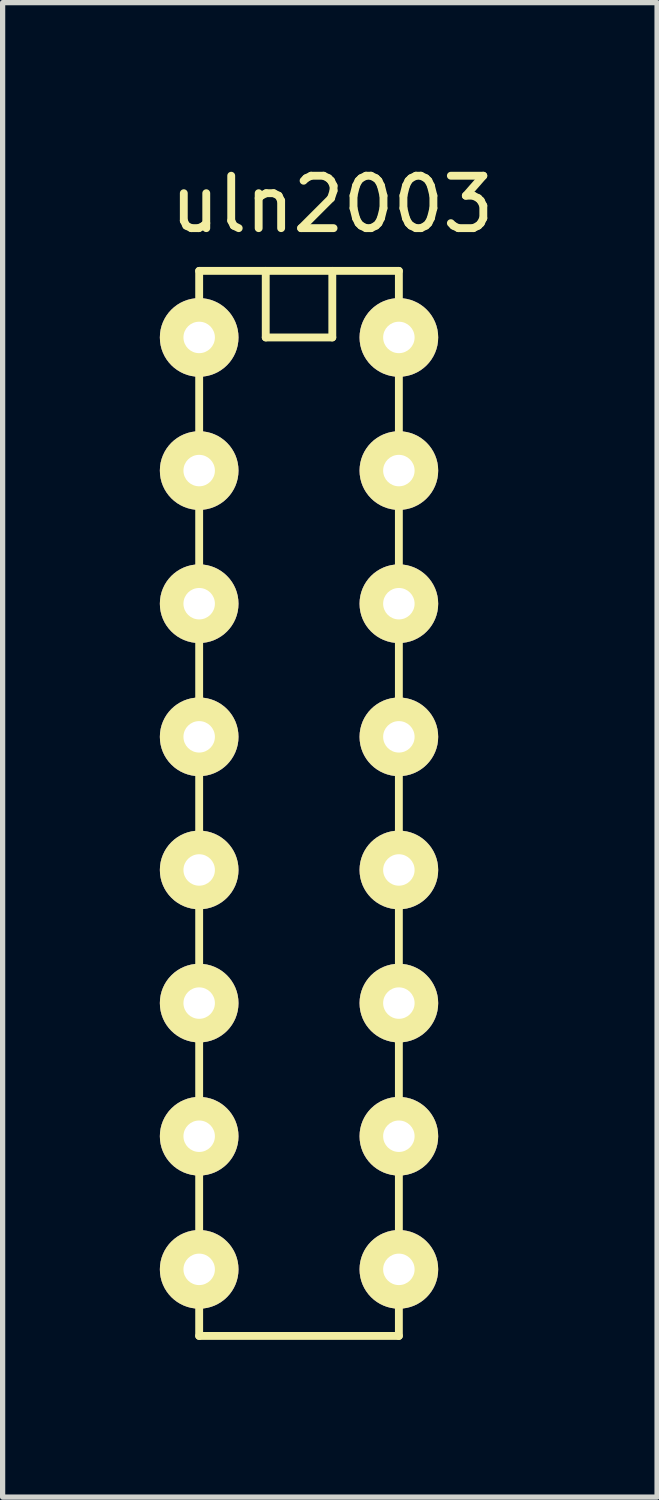
<source format=kicad_pcb>
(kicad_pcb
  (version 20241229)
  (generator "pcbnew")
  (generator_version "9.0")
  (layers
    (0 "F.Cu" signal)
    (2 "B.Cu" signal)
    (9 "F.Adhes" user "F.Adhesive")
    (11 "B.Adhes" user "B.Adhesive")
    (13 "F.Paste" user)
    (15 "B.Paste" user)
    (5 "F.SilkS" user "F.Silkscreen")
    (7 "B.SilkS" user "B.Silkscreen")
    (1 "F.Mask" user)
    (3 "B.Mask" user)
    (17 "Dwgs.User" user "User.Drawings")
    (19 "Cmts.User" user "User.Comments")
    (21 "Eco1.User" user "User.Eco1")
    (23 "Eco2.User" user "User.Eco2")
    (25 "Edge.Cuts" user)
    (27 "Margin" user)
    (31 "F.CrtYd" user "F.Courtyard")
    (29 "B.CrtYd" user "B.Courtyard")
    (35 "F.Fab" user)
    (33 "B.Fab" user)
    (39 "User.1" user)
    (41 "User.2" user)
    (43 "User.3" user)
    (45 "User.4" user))
  (footprint "uln2003"
    (layer "F.Cu")
    (at 2.02 13.548)
    (property "Reference" "uln2003" (at 1.27 -12.7 0) (layer "F.SilkS") (effects (font (size 1 1) (thickness 0.15))))
    (attr through_hole)
    (fp_line (start -1.27 -11.43) (end -1.27 8.89) (stroke (width 0.15) (type solid)) (layer "F.SilkS"))
    (fp_line (start -1.27 8.89) (end 2.54 8.89) (stroke (width 0.15) (type solid)) (layer "F.SilkS"))
    (fp_line (start 0 -11.43) (end 0 -10.16) (stroke (width 0.15) (type solid)) (layer "F.SilkS"))
    (fp_line (start 0 -10.16) (end 1.27 -10.16) (stroke (width 0.15) (type solid)) (layer "F.SilkS"))
    (fp_line (start 1.27 -10.16) (end 1.27 -11.43) (stroke (width 0.15) (type solid)) (layer "F.SilkS"))
    (fp_line (start 2.54 -11.43) (end -1.27 -11.43) (stroke (width 0.15) (type solid)) (layer "F.SilkS"))
    (fp_line (start 2.54 8.89) (end 2.54 -11.43) (stroke (width 0.15) (type solid)) (layer "F.SilkS"))
    (pad "1" thru_hole circle (at -1.27 -10.16) (size 1.5 1.5) (drill 0.6) (layers "*.Cu" "*.Mask" "F.SilkS"))
    (pad "2" thru_hole circle (at -1.27 -7.62) (size 1.5 1.5) (drill 0.6) (layers "*.Cu" "*.Mask" "F.SilkS"))
    (pad "3" thru_hole circle (at -1.27 -5.08) (size 1.5 1.5) (drill 0.6) (layers "*.Cu" "*.Mask" "F.SilkS"))
    (pad "4" thru_hole circle (at -1.27 -2.54) (size 1.5 1.5) (drill 0.6) (layers "*.Cu" "*.Mask" "F.SilkS"))
    (pad "5" thru_hole circle (at -1.27 0) (size 1.5 1.5) (drill 0.6) (layers "*.Cu" "*.Mask" "F.SilkS"))
    (pad "6" thru_hole circle (at -1.27 2.54) (size 1.5 1.5) (drill 0.6) (layers "*.Cu" "*.Mask" "F.SilkS"))
    (pad "7" thru_hole circle (at -1.27 5.08) (size 1.5 1.5) (drill 0.6) (layers "*.Cu" "*.Mask" "F.SilkS"))
    (pad "8" thru_hole circle (at -1.27 7.62) (size 1.5 1.5) (drill 0.6) (layers "*.Cu" "*.Mask" "F.SilkS"))
    (pad "9" thru_hole circle (at 2.54 7.62) (size 1.5 1.5) (drill 0.6) (layers "*.Cu" "*.Mask" "F.SilkS"))
    (pad "10" thru_hole circle (at 2.54 5.08) (size 1.5 1.5) (drill 0.6) (layers "*.Cu" "*.Mask" "F.SilkS"))
    (pad "11" thru_hole circle (at 2.54 2.54) (size 1.5 1.5) (drill 0.6) (layers "*.Cu" "*.Mask" "F.SilkS"))
    (pad "12" thru_hole circle (at 2.54 0) (size 1.5 1.5) (drill 0.6) (layers "*.Cu" "*.Mask" "F.SilkS"))
    (pad "13" thru_hole circle (at 2.54 -2.54) (size 1.5 1.5) (drill 0.6) (layers "*.Cu" "*.Mask" "F.SilkS"))
    (pad "14" thru_hole circle (at 2.54 -5.08) (size 1.5 1.5) (drill 0.6) (layers "*.Cu" "*.Mask" "F.SilkS"))
    (pad "15" thru_hole circle (at 2.54 -7.62) (size 1.5 1.5) (drill 0.6) (layers "*.Cu" "*.Mask" "F.SilkS"))
    (pad "16" thru_hole circle (at 2.54 -10.16) (size 1.5 1.5) (drill 0.6) (layers "*.Cu" "*.Mask" "F.SilkS")))
  (gr_rect
    (start -3 -3)
    (end 9.486 25.513)
    (stroke (width 0.1) (type default))
    (fill no)
    (layer "Edge.Cuts")))
</source>
